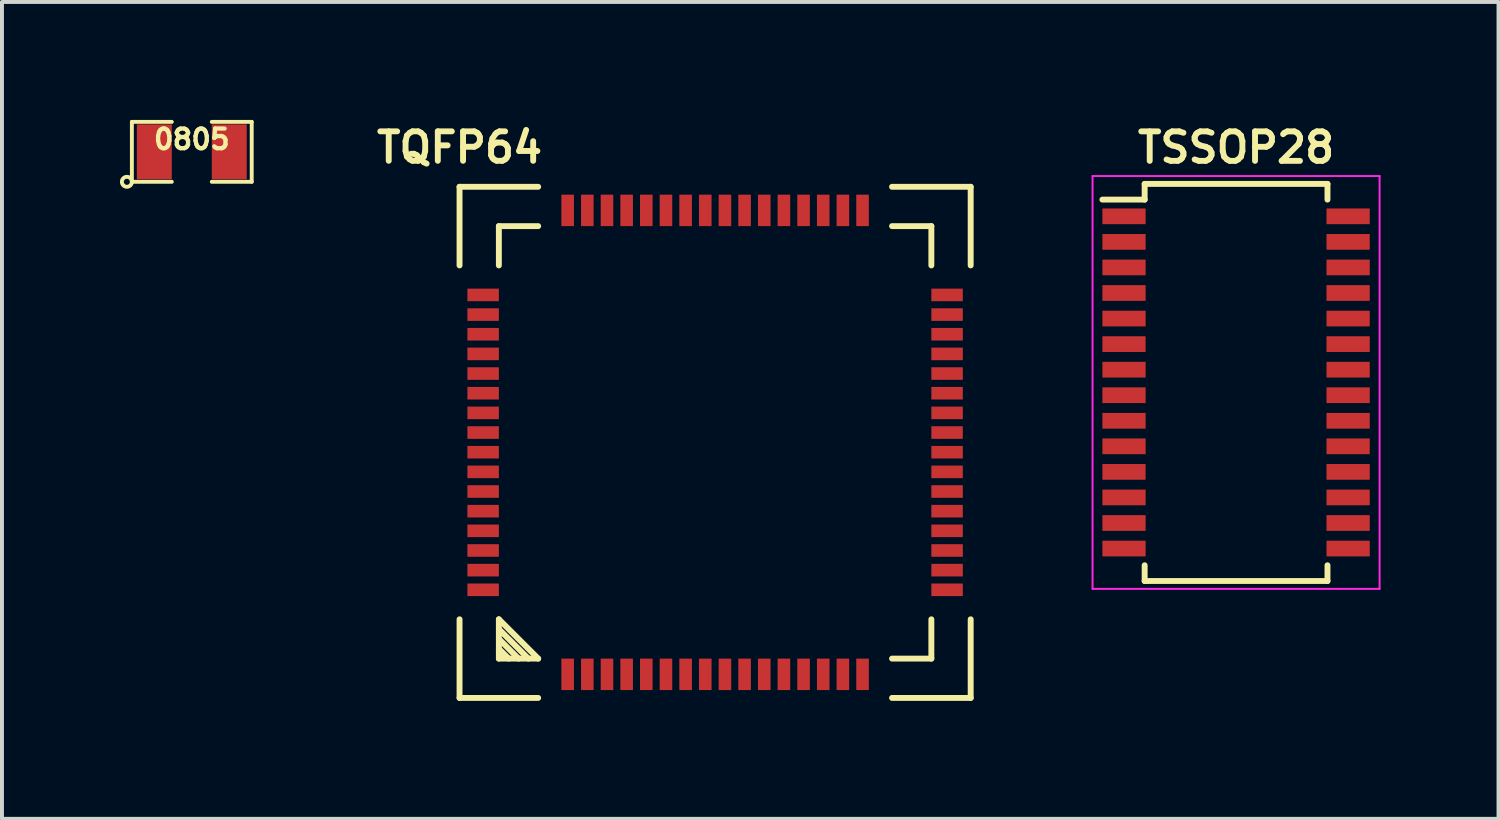
<source format=kicad_pcb>
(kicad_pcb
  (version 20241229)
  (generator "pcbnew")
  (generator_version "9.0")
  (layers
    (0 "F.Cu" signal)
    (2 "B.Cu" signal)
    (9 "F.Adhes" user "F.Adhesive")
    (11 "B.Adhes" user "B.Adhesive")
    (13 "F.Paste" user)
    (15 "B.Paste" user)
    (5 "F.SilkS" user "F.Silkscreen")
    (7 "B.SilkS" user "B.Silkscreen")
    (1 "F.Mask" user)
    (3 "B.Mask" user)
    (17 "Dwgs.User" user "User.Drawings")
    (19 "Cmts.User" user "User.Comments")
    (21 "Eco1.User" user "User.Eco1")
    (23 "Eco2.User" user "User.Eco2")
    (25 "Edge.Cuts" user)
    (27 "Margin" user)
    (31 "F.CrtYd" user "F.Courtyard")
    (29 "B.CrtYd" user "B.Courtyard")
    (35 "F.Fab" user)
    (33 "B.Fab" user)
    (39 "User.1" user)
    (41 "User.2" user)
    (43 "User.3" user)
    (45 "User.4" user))
  (footprint "0805"
    (layer "F.Cu")
    (at 1.828 0.812)
    (property "Reference" "0805" (at 0 -0.318 0) (layer "F.SilkS") (effects (font (size 0.5 0.5) (thickness 0.109))))
    (attr smd)
    (fp_line (start -1.524 -0.762) (end -0.508 -0.762) (stroke (width 0.099) (type solid)) (layer "F.SilkS"))
    (fp_line (start -1.524 0.762) (end -1.524 -0.762) (stroke (width 0.099) (type solid)) (layer "F.SilkS"))
    (fp_line (start -0.508 0.762) (end -1.524 0.762) (stroke (width 0.099) (type solid)) (layer "F.SilkS"))
    (fp_line (start 0.508 -0.762) (end 1.524 -0.762) (stroke (width 0.099) (type solid)) (layer "F.SilkS"))
    (fp_line (start 1.524 -0.762) (end 1.524 0.762) (stroke (width 0.099) (type solid)) (layer "F.SilkS"))
    (fp_line (start 1.524 0.762) (end 0.508 0.762) (stroke (width 0.099) (type solid)) (layer "F.SilkS"))
    (fp_circle (center -1.651 0.762) (end -1.651 0.635) (stroke (width 0.099) (type solid)) (fill no) (layer "F.SilkS"))
    (pad "1" smd rect (at -0.953 0) (size 0.889 1.397) (layers "F.Cu" "F.Mask" "F.Paste"))
    (pad "2" smd rect (at 0.953 0) (size 0.889 1.397) (layers "F.Cu" "F.Mask" "F.Paste")))
  (footprint "TQFP64"
    (layer "F.Cu")
    (at 15.138 8.201)
    (property "Reference" "TQFP64" (at -6.5 -7.5 0) (layer "F.SilkS") (effects (font (size 0.749 0.749) (thickness 0.15))))
    (attr smd)
    (fp_line (start -6.5 -6.5) (end -6.5 -4.5) (stroke (width 0.15) (type solid)) (layer "F.SilkS"))
    (fp_line (start -6.5 4.5) (end -6.5 6.5) (stroke (width 0.15) (type solid)) (layer "F.SilkS"))
    (fp_line (start -6.5 6.5) (end -4.5 6.5) (stroke (width 0.15) (type solid)) (layer "F.SilkS"))
    (fp_line (start -5.5 -5.5) (end -5.5 -4.5) (stroke (width 0.15) (type solid)) (layer "F.SilkS"))
    (fp_line (start -5.5 -5.5) (end -4.5 -5.5) (stroke (width 0.15) (type solid)) (layer "F.SilkS"))
    (fp_line (start -5.5 4.5) (end -5.5 5.5) (stroke (width 0.15) (type solid)) (layer "F.SilkS"))
    (fp_line (start -5.5 4.5) (end -4.5 5.5) (stroke (width 0.15) (type solid)) (layer "F.SilkS"))
    (fp_line (start -5.5 4.75) (end -4.75 5.5) (stroke (width 0.15) (type solid)) (layer "F.SilkS"))
    (fp_line (start -5.5 5) (end -5 5.5) (stroke (width 0.15) (type solid)) (layer "F.SilkS"))
    (fp_line (start -5.5 5.25) (end -5.25 5.5) (stroke (width 0.15) (type solid)) (layer "F.SilkS"))
    (fp_line (start -5.5 5.5) (end -4.5 5.5) (stroke (width 0.15) (type solid)) (layer "F.SilkS"))
    (fp_line (start -4.5 -6.5) (end -6.5 -6.5) (stroke (width 0.15) (type solid)) (layer "F.SilkS"))
    (fp_line (start 4.5 -5.5) (end 5.5 -5.5) (stroke (width 0.15) (type solid)) (layer "F.SilkS"))
    (fp_line (start 4.5 5.5) (end 5.5 5.5) (stroke (width 0.15) (type solid)) (layer "F.SilkS"))
    (fp_line (start 5.5 -5.5) (end 5.5 -4.5) (stroke (width 0.15) (type solid)) (layer "F.SilkS"))
    (fp_line (start 5.5 4.5) (end 5.5 5.5) (stroke (width 0.15) (type solid)) (layer "F.SilkS"))
    (fp_line (start 6.5 -6.5) (end 4.5 -6.5) (stroke (width 0.15) (type solid)) (layer "F.SilkS"))
    (fp_line (start 6.5 -4.5) (end 6.5 -6.5) (stroke (width 0.15) (type solid)) (layer "F.SilkS"))
    (fp_line (start 6.5 4.5) (end 6.5 6.5) (stroke (width 0.15) (type solid)) (layer "F.SilkS"))
    (fp_line (start 6.5 6.5) (end 4.5 6.5) (stroke (width 0.15) (type solid)) (layer "F.SilkS"))
    (pad "1" smd rect (at -3.75 5.9) (size 0.32 0.8) (layers "F.Cu" "F.Mask" "F.Paste"))
    (pad "2" smd rect (at -3.25 5.9) (size 0.32 0.8) (layers "F.Cu" "F.Mask" "F.Paste"))
    (pad "3" smd rect (at -2.75 5.9) (size 0.32 0.8) (layers "F.Cu" "F.Mask" "F.Paste"))
    (pad "4" smd rect (at -2.25 5.9) (size 0.32 0.8) (layers "F.Cu" "F.Mask" "F.Paste"))
    (pad "5" smd rect (at -1.75 5.9) (size 0.32 0.8) (layers "F.Cu" "F.Mask" "F.Paste"))
    (pad "6" smd rect (at -1.25 5.9) (size 0.32 0.8) (layers "F.Cu" "F.Mask" "F.Paste"))
    (pad "7" smd rect (at -0.75 5.9) (size 0.32 0.8) (layers "F.Cu" "F.Mask" "F.Paste"))
    (pad "8" smd rect (at -0.25 5.9) (size 0.32 0.8) (layers "F.Cu" "F.Mask" "F.Paste"))
    (pad "9" smd rect (at 0.25 5.9) (size 0.32 0.8) (layers "F.Cu" "F.Mask" "F.Paste"))
    (pad "10" smd rect (at 0.75 5.9) (size 0.32 0.8) (layers "F.Cu" "F.Mask" "F.Paste"))
    (pad "11" smd rect (at 1.25 5.9) (size 0.32 0.8) (layers "F.Cu" "F.Mask" "F.Paste"))
    (pad "12" smd rect (at 1.75 5.9) (size 0.32 0.8) (layers "F.Cu" "F.Mask" "F.Paste"))
    (pad "13" smd rect (at 2.25 5.9) (size 0.32 0.8) (layers "F.Cu" "F.Mask" "F.Paste"))
    (pad "14" smd rect (at 2.75 5.9) (size 0.32 0.8) (layers "F.Cu" "F.Mask" "F.Paste"))
    (pad "15" smd rect (at 3.25 5.9) (size 0.32 0.8) (layers "F.Cu" "F.Mask" "F.Paste"))
    (pad "16" smd rect (at 3.75 5.9) (size 0.32 0.8) (layers "F.Cu" "F.Mask" "F.Paste"))
    (pad "17" smd rect (at 5.9 3.75) (size 0.8 0.32) (layers "F.Cu" "F.Mask" "F.Paste"))
    (pad "18" smd rect (at 5.9 3.25) (size 0.8 0.32) (layers "F.Cu" "F.Mask" "F.Paste"))
    (pad "19" smd rect (at 5.9 2.75) (size 0.8 0.32) (layers "F.Cu" "F.Mask" "F.Paste"))
    (pad "20" smd rect (at 5.9 2.25) (size 0.8 0.32) (layers "F.Cu" "F.Mask" "F.Paste"))
    (pad "21" smd rect (at 5.9 1.75) (size 0.8 0.32) (layers "F.Cu" "F.Mask" "F.Paste"))
    (pad "22" smd rect (at 5.9 1.25) (size 0.8 0.32) (layers "F.Cu" "F.Mask" "F.Paste"))
    (pad "23" smd rect (at 5.9 0.75) (size 0.8 0.32) (layers "F.Cu" "F.Mask" "F.Paste"))
    (pad "24" smd rect (at 5.9 0.25) (size 0.8 0.32) (layers "F.Cu" "F.Mask" "F.Paste"))
    (pad "25" smd rect (at 5.9 -0.25) (size 0.8 0.32) (layers "F.Cu" "F.Mask" "F.Paste"))
    (pad "26" smd rect (at 5.9 -0.75) (size 0.8 0.32) (layers "F.Cu" "F.Mask" "F.Paste"))
    (pad "27" smd rect (at 5.9 -1.25) (size 0.8 0.32) (layers "F.Cu" "F.Mask" "F.Paste"))
    (pad "28" smd rect (at 5.9 -1.75) (size 0.8 0.32) (layers "F.Cu" "F.Mask" "F.Paste"))
    (pad "29" smd rect (at 5.9 -2.25) (size 0.8 0.32) (layers "F.Cu" "F.Mask" "F.Paste"))
    (pad "30" smd rect (at 5.9 -2.75) (size 0.8 0.32) (layers "F.Cu" "F.Mask" "F.Paste"))
    (pad "31" smd rect (at 5.9 -3.25) (size 0.8 0.32) (layers "F.Cu" "F.Mask" "F.Paste"))
    (pad "32" smd rect (at 5.9 -3.75) (size 0.8 0.32) (layers "F.Cu" "F.Mask" "F.Paste"))
    (pad "33" smd rect (at 3.75 -5.9) (size 0.32 0.8) (layers "F.Cu" "F.Mask" "F.Paste"))
    (pad "34" smd rect (at 3.25 -5.9) (size 0.32 0.8) (layers "F.Cu" "F.Mask" "F.Paste"))
    (pad "35" smd rect (at 2.75 -5.9) (size 0.32 0.8) (layers "F.Cu" "F.Mask" "F.Paste"))
    (pad "36" smd rect (at 2.25 -5.9) (size 0.32 0.8) (layers "F.Cu" "F.Mask" "F.Paste"))
    (pad "37" smd rect (at 1.75 -5.9) (size 0.32 0.8) (layers "F.Cu" "F.Mask" "F.Paste"))
    (pad "38" smd rect (at 1.25 -5.9) (size 0.32 0.8) (layers "F.Cu" "F.Mask" "F.Paste"))
    (pad "39" smd rect (at 0.75 -5.9) (size 0.32 0.8) (layers "F.Cu" "F.Mask" "F.Paste"))
    (pad "40" smd rect (at 0.25 -5.9) (size 0.32 0.8) (layers "F.Cu" "F.Mask" "F.Paste"))
    (pad "41" smd rect (at -0.25 -5.9) (size 0.32 0.8) (layers "F.Cu" "F.Mask" "F.Paste"))
    (pad "42" smd rect (at -0.75 -5.9) (size 0.32 0.8) (layers "F.Cu" "F.Mask" "F.Paste"))
    (pad "43" smd rect (at -1.25 -5.9) (size 0.32 0.8) (layers "F.Cu" "F.Mask" "F.Paste"))
    (pad "44" smd rect (at -1.75 -5.9) (size 0.32 0.8) (layers "F.Cu" "F.Mask" "F.Paste"))
    (pad "45" smd rect (at -2.25 -5.9) (size 0.32 0.8) (layers "F.Cu" "F.Mask" "F.Paste"))
    (pad "46" smd rect (at -2.75 -5.9) (size 0.32 0.8) (layers "F.Cu" "F.Mask" "F.Paste"))
    (pad "47" smd rect (at -3.25 -5.9) (size 0.32 0.8) (layers "F.Cu" "F.Mask" "F.Paste"))
    (pad "48" smd rect (at -3.75 -5.9) (size 0.32 0.8) (layers "F.Cu" "F.Mask" "F.Paste"))
    (pad "49" smd rect (at -5.9 -3.75) (size 0.8 0.32) (layers "F.Cu" "F.Mask" "F.Paste"))
    (pad "50" smd rect (at -5.9 -3.25) (size 0.8 0.32) (layers "F.Cu" "F.Mask" "F.Paste"))
    (pad "51" smd rect (at -5.9 -2.75) (size 0.8 0.32) (layers "F.Cu" "F.Mask" "F.Paste"))
    (pad "52" smd rect (at -5.9 -2.25) (size 0.8 0.32) (layers "F.Cu" "F.Mask" "F.Paste"))
    (pad "53" smd rect (at -5.9 -1.75) (size 0.8 0.32) (layers "F.Cu" "F.Mask" "F.Paste"))
    (pad "54" smd rect (at -5.9 -1.25) (size 0.8 0.32) (layers "F.Cu" "F.Mask" "F.Paste"))
    (pad "55" smd rect (at -5.9 -0.75) (size 0.8 0.32) (layers "F.Cu" "F.Mask" "F.Paste"))
    (pad "56" smd rect (at -5.9 -0.25) (size 0.8 0.32) (layers "F.Cu" "F.Mask" "F.Paste"))
    (pad "57" smd rect (at -5.9 0.25) (size 0.8 0.32) (layers "F.Cu" "F.Mask" "F.Paste"))
    (pad "58" smd rect (at -5.9 0.75) (size 0.8 0.32) (layers "F.Cu" "F.Mask" "F.Paste"))
    (pad "59" smd rect (at -5.9 1.25) (size 0.8 0.32) (layers "F.Cu" "F.Mask" "F.Paste"))
    (pad "60" smd rect (at -5.9 1.75) (size 0.8 0.32) (layers "F.Cu" "F.Mask" "F.Paste"))
    (pad "61" smd rect (at -5.9 2.25) (size 0.8 0.32) (layers "F.Cu" "F.Mask" "F.Paste"))
    (pad "62" smd rect (at -5.9 2.75) (size 0.8 0.32) (layers "F.Cu" "F.Mask" "F.Paste"))
    (pad "63" smd rect (at -5.9 3.25) (size 0.8 0.32) (layers "F.Cu" "F.Mask" "F.Paste"))
    (pad "64" smd rect (at -5.9 3.75) (size 0.8 0.32) (layers "F.Cu" "F.Mask" "F.Paste")))
  (footprint "TSSOP28"
    (layer "F.Cu")
    (at 28.388 6.677)
    (property "Reference" "TSSOP28" (at 0 -5.975 0) (layer "F.SilkS") (effects (font (size 0.75 0.75) (thickness 0.15))))
    (attr smd)
    (fp_line (start -2.325 -5.05) (end -2.325 -4.65) (stroke (width 0.15) (type solid)) (layer "F.SilkS"))
    (fp_line (start -2.325 -5.05) (end 2.325 -5.05) (stroke (width 0.15) (type solid)) (layer "F.SilkS"))
    (fp_line (start -2.325 -4.65) (end -3.4 -4.65) (stroke (width 0.15) (type solid)) (layer "F.SilkS"))
    (fp_line (start -2.325 5.05) (end -2.325 4.65) (stroke (width 0.15) (type solid)) (layer "F.SilkS"))
    (fp_line (start -2.325 5.05) (end 2.325 5.05) (stroke (width 0.15) (type solid)) (layer "F.SilkS"))
    (fp_line (start 2.325 -5.05) (end 2.325 -4.65) (stroke (width 0.15) (type solid)) (layer "F.SilkS"))
    (fp_line (start 2.325 5.05) (end 2.325 4.65) (stroke (width 0.15) (type solid)) (layer "F.SilkS"))
    (fp_line (start -3.65 -5.25) (end -3.65 5.25) (stroke (width 0.05) (type solid)) (layer "F.CrtYd"))
    (fp_line (start -3.65 -5.25) (end 3.65 -5.25) (stroke (width 0.05) (type solid)) (layer "F.CrtYd"))
    (fp_line (start -3.65 5.25) (end 3.65 5.25) (stroke (width 0.05) (type solid)) (layer "F.CrtYd"))
    (fp_line (start 3.65 -5.25) (end 3.65 5.25) (stroke (width 0.05) (type solid)) (layer "F.CrtYd"))
    (pad "1" smd rect (at -2.85 -4.225) (size 1.1 0.4) (layers "F.Cu" "F.Mask" "F.Paste"))
    (pad "2" smd rect (at -2.85 -3.575) (size 1.1 0.4) (layers "F.Cu" "F.Mask" "F.Paste"))
    (pad "3" smd rect (at -2.85 -2.925) (size 1.1 0.4) (layers "F.Cu" "F.Mask" "F.Paste"))
    (pad "4" smd rect (at -2.85 -2.275) (size 1.1 0.4) (layers "F.Cu" "F.Mask" "F.Paste"))
    (pad "5" smd rect (at -2.85 -1.625) (size 1.1 0.4) (layers "F.Cu" "F.Mask" "F.Paste"))
    (pad "6" smd rect (at -2.85 -0.975) (size 1.1 0.4) (layers "F.Cu" "F.Mask" "F.Paste"))
    (pad "7" smd rect (at -2.85 -0.325) (size 1.1 0.4) (layers "F.Cu" "F.Mask" "F.Paste"))
    (pad "8" smd rect (at -2.85 0.325) (size 1.1 0.4) (layers "F.Cu" "F.Mask" "F.Paste"))
    (pad "9" smd rect (at -2.85 0.975) (size 1.1 0.4) (layers "F.Cu" "F.Mask" "F.Paste"))
    (pad "10" smd rect (at -2.85 1.625) (size 1.1 0.4) (layers "F.Cu" "F.Mask" "F.Paste"))
    (pad "11" smd rect (at -2.85 2.275) (size 1.1 0.4) (layers "F.Cu" "F.Mask" "F.Paste"))
    (pad "12" smd rect (at -2.85 2.925) (size 1.1 0.4) (layers "F.Cu" "F.Mask" "F.Paste"))
    (pad "13" smd rect (at -2.85 3.575) (size 1.1 0.4) (layers "F.Cu" "F.Mask" "F.Paste"))
    (pad "14" smd rect (at -2.85 4.225) (size 1.1 0.4) (layers "F.Cu" "F.Mask" "F.Paste"))
    (pad "15" smd rect (at 2.85 4.225) (size 1.1 0.4) (layers "F.Cu" "F.Mask" "F.Paste"))
    (pad "16" smd rect (at 2.85 3.575) (size 1.1 0.4) (layers "F.Cu" "F.Mask" "F.Paste"))
    (pad "17" smd rect (at 2.85 2.925) (size 1.1 0.4) (layers "F.Cu" "F.Mask" "F.Paste"))
    (pad "18" smd rect (at 2.85 2.275) (size 1.1 0.4) (layers "F.Cu" "F.Mask" "F.Paste"))
    (pad "19" smd rect (at 2.85 1.625) (size 1.1 0.4) (layers "F.Cu" "F.Mask" "F.Paste"))
    (pad "20" smd rect (at 2.85 0.975) (size 1.1 0.4) (layers "F.Cu" "F.Mask" "F.Paste"))
    (pad "21" smd rect (at 2.85 0.325) (size 1.1 0.4) (layers "F.Cu" "F.Mask" "F.Paste"))
    (pad "22" smd rect (at 2.85 -0.325) (size 1.1 0.4) (layers "F.Cu" "F.Mask" "F.Paste"))
    (pad "23" smd rect (at 2.85 -0.975) (size 1.1 0.4) (layers "F.Cu" "F.Mask" "F.Paste"))
    (pad "24" smd rect (at 2.85 -1.625) (size 1.1 0.4) (layers "F.Cu" "F.Mask" "F.Paste"))
    (pad "25" smd rect (at 2.85 -2.275) (size 1.1 0.4) (layers "F.Cu" "F.Mask" "F.Paste"))
    (pad "26" smd rect (at 2.85 -2.925) (size 1.1 0.4) (layers "F.Cu" "F.Mask" "F.Paste"))
    (pad "27" smd rect (at 2.85 -3.575) (size 1.1 0.4) (layers "F.Cu" "F.Mask" "F.Paste"))
    (pad "28" smd rect (at 2.85 -4.225) (size 1.1 0.4) (layers "F.Cu" "F.Mask" "F.Paste")))
  (gr_rect
    (start -3 -3)
    (end 35.063 17.776)
    (stroke (width 0.1) (type default))
    (fill no)
    (layer "Edge.Cuts")))
</source>
